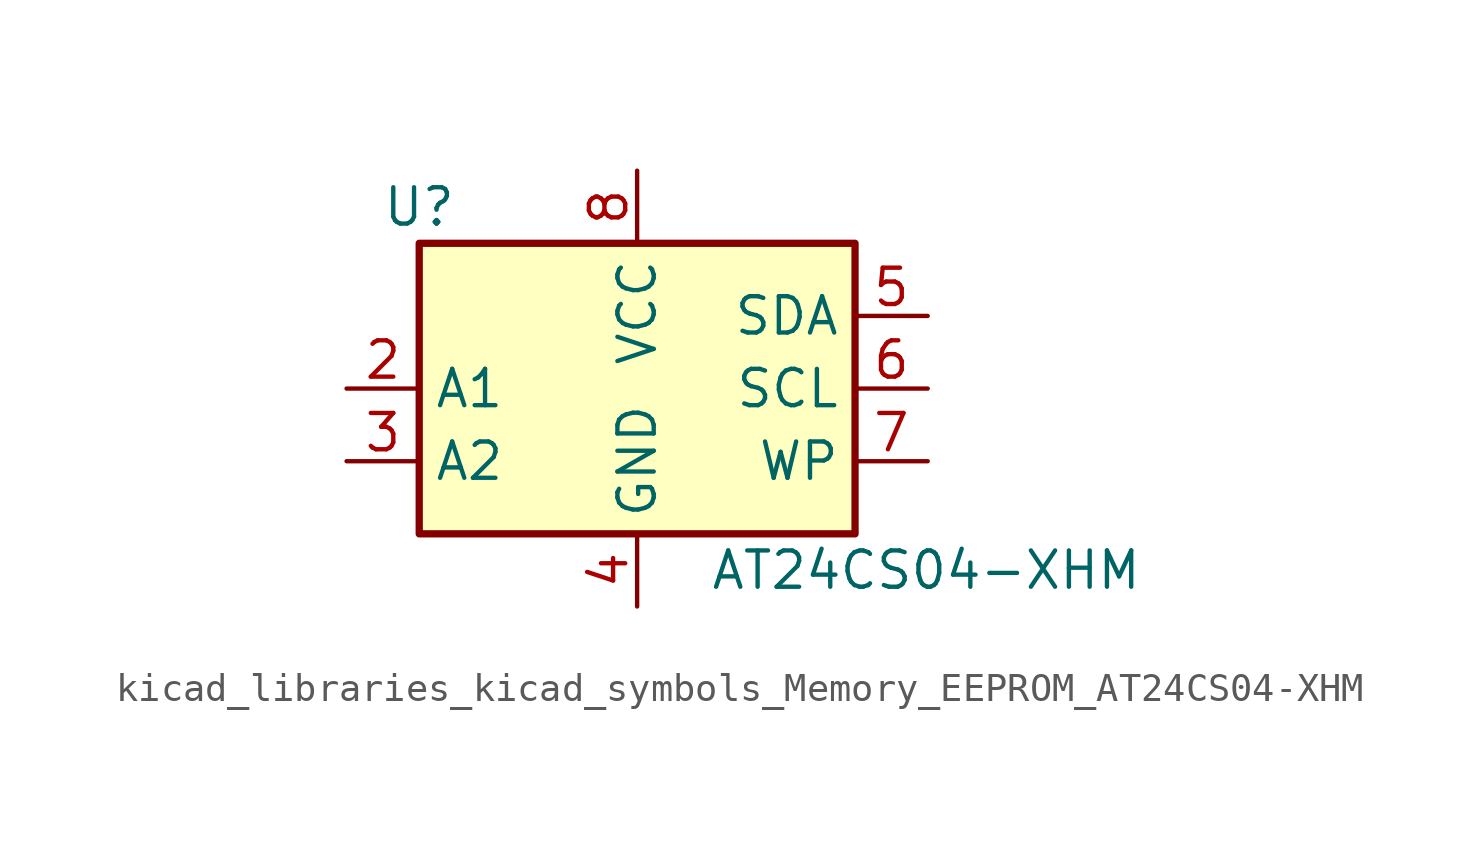
<source format=kicad_sym>
(kicad_symbol_lib
  (version 20220914)
  (generator kicad_symbol_editor)
  (symbol "kicad_libraries_kicad_symbols_Memory_EEPROM_AT24CS04-XHM"
    (property "Reference" "U"
      (at -7.62 6.35 0)
      (effects (font (size 1.27 1.27))))
    (property "Value" "AT24CS04-XHM"
      (at 2.54 -6.35 0)
      (effects (font (size 1.27 1.27)) (justify left)))
    (symbol "kicad_libraries_kicad_symbols_Memory_EEPROM_AT24CS04-XHM_1_1"
      (rectangle (start -7.62 5.08) (end 7.62 -5.08) (stroke (width 0.254) (type default)) (fill (type background)))
      (pin no_connect line (at -7.62 2.54 0) (length 2.54) hide (name "NC" (effects (font (size 1.27 1.27)))) (number "1" (effects (font (size 1.27 1.27)))))
      (pin input line (at -10.16 0 0) (length 2.54) (name "A1" (effects (font (size 1.27 1.27)))) (number "2" (effects (font (size 1.27 1.27)))))
      (pin input line (at -10.16 -2.54 0) (length 2.54) (name "A2" (effects (font (size 1.27 1.27)))) (number "3" (effects (font (size 1.27 1.27)))))
      (pin power_in line (at 0 -7.62 90) (length 2.54) (name "GND" (effects (font (size 1.27 1.27)))) (number "4" (effects (font (size 1.27 1.27)))))
      (pin bidirectional line (at 10.16 2.54 180) (length 2.54) (name "SDA" (effects (font (size 1.27 1.27)))) (number "5" (effects (font (size 1.27 1.27)))))
      (pin input line (at 10.16 0 180) (length 2.54) (name "SCL" (effects (font (size 1.27 1.27)))) (number "6" (effects (font (size 1.27 1.27)))))
      (pin input line (at 10.16 -2.54 180) (length 2.54) (name "WP" (effects (font (size 1.27 1.27)))) (number "7" (effects (font (size 1.27 1.27)))))
      (pin power_in line (at 0 7.62 270) (length 2.54) (name "VCC" (effects (font (size 1.27 1.27)))) (number "8" (effects (font (size 1.27 1.27))))))))
</source>
